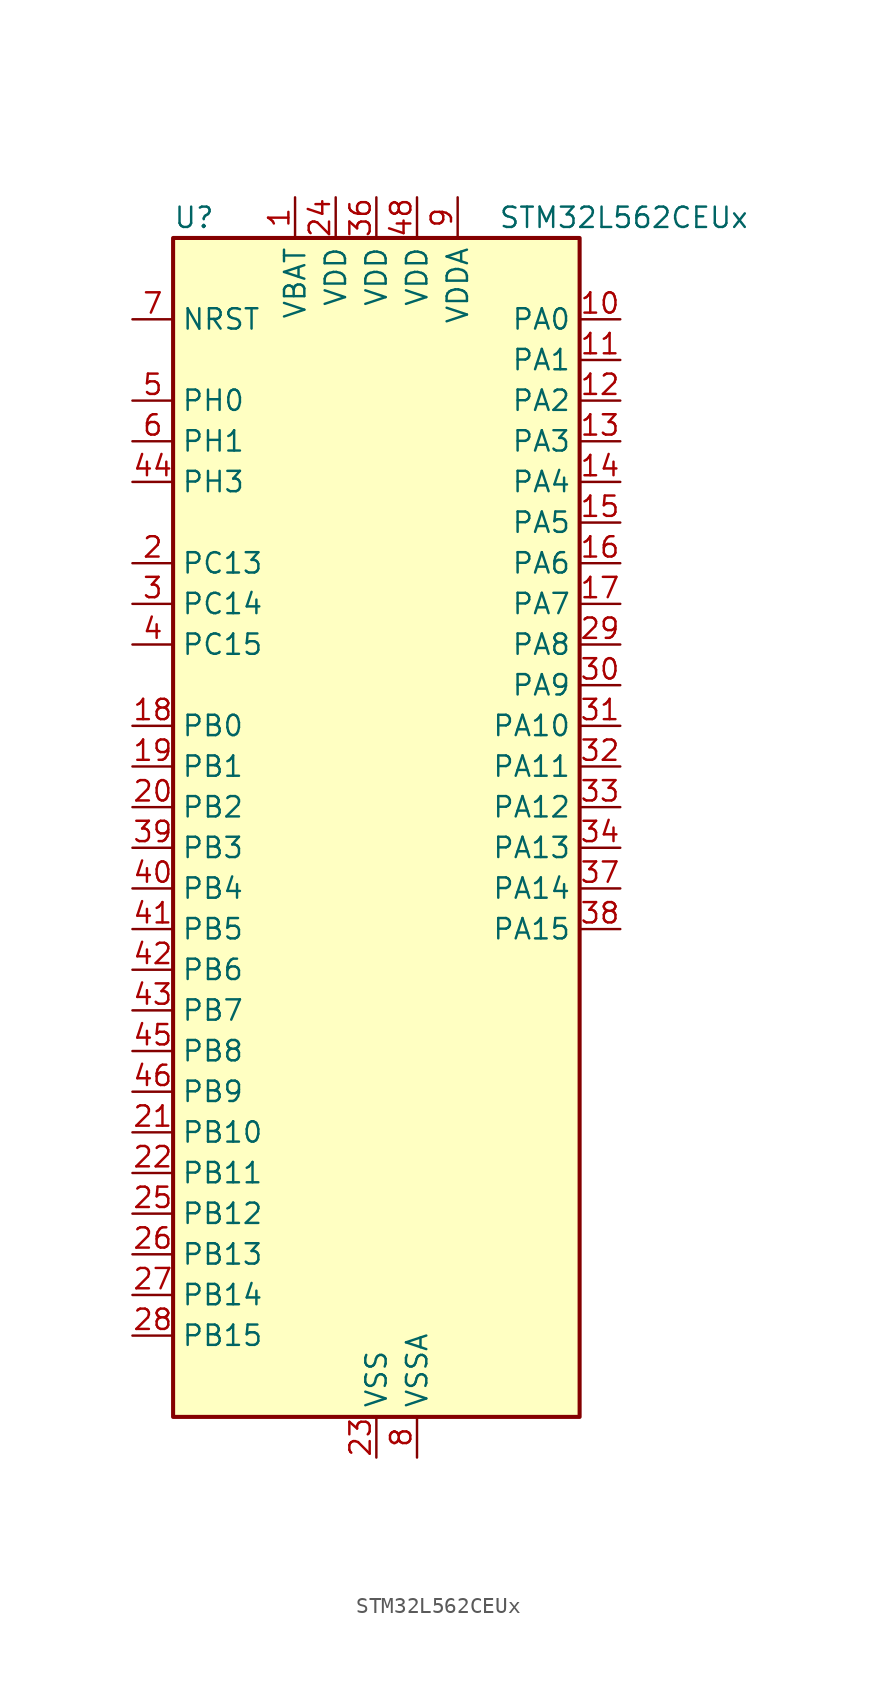
<source format=kicad_sym>
(kicad_symbol_lib
  (version 20241209)
  (generator "kicad_symbol_editor")
  (generator_version "9.0")
  (symbol "STM32L562CEUx"
    (property "Reference" "U"
      (at -12.7 39.37 0)
      (effects (font (size 1.27 1.27)) (justify left)))
    (property "Value" "STM32L562CEUx"
      (at 7.62 39.37 0)
      (effects (font (size 1.27 1.27)) (justify left)))
    (symbol "STM32L562CEUx_0_1"
      (rectangle (start -12.7 -35.56) (end 12.7 38.1) (stroke (width 0.254) (type default)) (fill (type background))))
    (symbol "STM32L562CEUx_1_1"
      (pin input line (at -15.24 33.02 0) (length 2.54) (name "NRST" (effects (font (size 1.27 1.27)))) (number "7" (effects (font (size 1.27 1.27)))))
      (pin bidirectional line (at -15.24 27.94 0) (length 2.54) (name "PH0" (effects (font (size 1.27 1.27)))) (number "5" (effects (font (size 1.27 1.27)))) (alternate "RCC_OSC_IN" bidirectional line))
      (pin bidirectional line (at -15.24 25.4 0) (length 2.54) (name "PH1" (effects (font (size 1.27 1.27)))) (number "6" (effects (font (size 1.27 1.27)))) (alternate "RCC_OSC_OUT" bidirectional line))
      (pin bidirectional line (at -15.24 22.86 0) (length 2.54) (name "PH3" (effects (font (size 1.27 1.27)))) (number "44" (effects (font (size 1.27 1.27)))))
      (pin bidirectional line (at -15.24 17.78 0) (length 2.54) (name "PC13" (effects (font (size 1.27 1.27)))) (number "2" (effects (font (size 1.27 1.27)))) (alternate "PWR_WKUP2" bidirectional line) (alternate "RTC_OUT1" bidirectional line) (alternate "RTC_TS" bidirectional line) (alternate "TAMP_IN1" bidirectional line) (alternate "TAMP_OUT2" bidirectional line))
      (pin bidirectional line (at -15.24 15.24 0) (length 2.54) (name "PC14" (effects (font (size 1.27 1.27)))) (number "3" (effects (font (size 1.27 1.27)))) (alternate "RCC_OSC32_IN" bidirectional line))
      (pin bidirectional line (at -15.24 12.7 0) (length 2.54) (name "PC15" (effects (font (size 1.27 1.27)))) (number "4" (effects (font (size 1.27 1.27)))) (alternate "ADC1_EXTI15" bidirectional line) (alternate "ADC2_EXTI15" bidirectional line) (alternate "RCC_OSC32_OUT" bidirectional line))
      (pin bidirectional line (at -15.24 7.62 0) (length 2.54) (name "PB0" (effects (font (size 1.27 1.27)))) (number "18" (effects (font (size 1.27 1.27)))) (alternate "ADC1_IN15" bidirectional line) (alternate "ADC2_IN15" bidirectional line) (alternate "COMP1_OUT" bidirectional line) (alternate "OCTOSPI1_IO1" bidirectional line) (alternate "OPAMP2_VOUT" bidirectional line) (alternate "SAI1_EXTCLK" bidirectional line) (alternate "SPI1_NSS" bidirectional line) (alternate "TIM1_CH2N" bidirectional line) (alternate "TIM3_CH3" bidirectional line) (alternate "TIM8_CH2N" bidirectional line) (alternate "USART3_CK" bidirectional line))
      (pin bidirectional line (at -15.24 5.08 0) (length 2.54) (name "PB1" (effects (font (size 1.27 1.27)))) (number "19" (effects (font (size 1.27 1.27)))) (alternate "ADC1_IN16" bidirectional line) (alternate "ADC2_IN16" bidirectional line) (alternate "COMP1_INM" bidirectional line) (alternate "DFSDM1_DATIN0" bidirectional line) (alternate "LPTIM2_IN1" bidirectional line) (alternate "LPUART1_DE" bidirectional line) (alternate "LPUART1_RTS" bidirectional line) (alternate "OCTOSPI1_IO0" bidirectional line) (alternate "TIM1_CH3N" bidirectional line) (alternate "TIM3_CH4" bidirectional line) (alternate "TIM8_CH3N" bidirectional line) (alternate "USART3_DE" bidirectional line) (alternate "USART3_RTS" bidirectional line))
      (pin bidirectional line (at -15.24 2.54 0) (length 2.54) (name "PB2" (effects (font (size 1.27 1.27)))) (number "20" (effects (font (size 1.27 1.27)))) (alternate "COMP1_INP" bidirectional line) (alternate "DFSDM1_CKIN0" bidirectional line) (alternate "I2C3_SMBA" bidirectional line) (alternate "LPTIM1_OUT" bidirectional line) (alternate "OCTOSPI1_DQS" bidirectional line) (alternate "RTC_OUT2" bidirectional line) (alternate "UCPD1_FRSTX1" bidirectional line))
      (pin bidirectional line (at -15.24 0 0) (length 2.54) (name "PB3" (effects (font (size 1.27 1.27)))) (number "39" (effects (font (size 1.27 1.27)))) (alternate "COMP2_INM" bidirectional line) (alternate "CRS_SYNC" bidirectional line) (alternate "DEBUG_JTDO-SWO" bidirectional line) (alternate "SAI1_SCK_B" bidirectional line) (alternate "SPI1_SCK" bidirectional line) (alternate "SPI3_SCK" bidirectional line) (alternate "TIM2_CH2" bidirectional line) (alternate "USART1_DE" bidirectional line) (alternate "USART1_RTS" bidirectional line))
      (pin bidirectional line (at -15.24 -2.54 0) (length 2.54) (name "PB4" (effects (font (size 1.27 1.27)))) (number "40" (effects (font (size 1.27 1.27)))) (alternate "COMP2_INP" bidirectional line) (alternate "DEBUG_JTRST" bidirectional line) (alternate "I2C3_SDA" bidirectional line) (alternate "SAI1_MCLK_B" bidirectional line) (alternate "SPI1_MISO" bidirectional line) (alternate "SPI3_MISO" bidirectional line) (alternate "TIM17_BKIN" bidirectional line) (alternate "TIM3_CH1" bidirectional line) (alternate "TSC_G2_IO1" bidirectional line) (alternate "USART1_CTS" bidirectional line) (alternate "USART1_NSS" bidirectional line))
      (pin bidirectional line (at -15.24 -5.08 0) (length 2.54) (name "PB5" (effects (font (size 1.27 1.27)))) (number "41" (effects (font (size 1.27 1.27)))) (alternate "COMP2_OUT" bidirectional line) (alternate "I2C1_SMBA" bidirectional line) (alternate "LPTIM1_IN1" bidirectional line) (alternate "OCTOSPI1_NCLK" bidirectional line) (alternate "SAI1_SD_B" bidirectional line) (alternate "SPI1_MOSI" bidirectional line) (alternate "SPI3_MOSI" bidirectional line) (alternate "TIM16_BKIN" bidirectional line) (alternate "TIM3_CH2" bidirectional line) (alternate "TSC_G2_IO2" bidirectional line) (alternate "UCPD1_DBCC1" bidirectional line) (alternate "USART1_CK" bidirectional line))
      (pin bidirectional line (at -15.24 -7.62 0) (length 2.54) (name "PB6" (effects (font (size 1.27 1.27)))) (number "42" (effects (font (size 1.27 1.27)))) (alternate "COMP2_INP" bidirectional line) (alternate "I2C1_SCL" bidirectional line) (alternate "I2C4_SCL" bidirectional line) (alternate "LPTIM1_ETR" bidirectional line) (alternate "SAI1_FS_B" bidirectional line) (alternate "TIM16_CH1N" bidirectional line) (alternate "TIM4_CH1" bidirectional line) (alternate "TIM8_BKIN2" bidirectional line) (alternate "TSC_G2_IO3" bidirectional line) (alternate "USART1_TX" bidirectional line))
      (pin bidirectional line (at -15.24 -10.16 0) (length 2.54) (name "PB7" (effects (font (size 1.27 1.27)))) (number "43" (effects (font (size 1.27 1.27)))) (alternate "COMP2_INM" bidirectional line) (alternate "I2C1_SDA" bidirectional line) (alternate "I2C4_SDA" bidirectional line) (alternate "LPTIM1_IN2" bidirectional line) (alternate "PWR_PVD_IN" bidirectional line) (alternate "TIM17_CH1N" bidirectional line) (alternate "TIM4_CH2" bidirectional line) (alternate "TIM8_BKIN" bidirectional line) (alternate "TSC_G2_IO4" bidirectional line) (alternate "UART4_CTS" bidirectional line) (alternate "USART1_RX" bidirectional line))
      (pin bidirectional line (at -15.24 -12.7 0) (length 2.54) (name "PB8" (effects (font (size 1.27 1.27)))) (number "45" (effects (font (size 1.27 1.27)))) (alternate "DFSDM1_CKOUT" bidirectional line) (alternate "FDCAN1_RX" bidirectional line) (alternate "I2C1_SCL" bidirectional line) (alternate "SAI1_CK1" bidirectional line) (alternate "SAI1_MCLK_A" bidirectional line) (alternate "TIM16_CH1" bidirectional line) (alternate "TIM4_CH3" bidirectional line))
      (pin bidirectional line (at -15.24 -15.24 0) (length 2.54) (name "PB9" (effects (font (size 1.27 1.27)))) (number "46" (effects (font (size 1.27 1.27)))) (alternate "DAC1_EXTI9" bidirectional line) (alternate "FDCAN1_TX" bidirectional line) (alternate "I2C1_SDA" bidirectional line) (alternate "IR_OUT" bidirectional line) (alternate "SAI1_D2" bidirectional line) (alternate "SAI1_FS_A" bidirectional line) (alternate "SPI2_NSS" bidirectional line) (alternate "TIM17_CH1" bidirectional line) (alternate "TIM4_CH4" bidirectional line))
      (pin bidirectional line (at -15.24 -17.78 0) (length 2.54) (name "PB10" (effects (font (size 1.27 1.27)))) (number "21" (effects (font (size 1.27 1.27)))) (alternate "COMP1_OUT" bidirectional line) (alternate "I2C2_SCL" bidirectional line) (alternate "I2C4_SCL" bidirectional line) (alternate "LPTIM3_OUT" bidirectional line) (alternate "LPUART1_RX" bidirectional line) (alternate "OCTOSPI1_CLK" bidirectional line) (alternate "SAI1_SCK_A" bidirectional line) (alternate "SPI2_SCK" bidirectional line) (alternate "TIM2_CH3" bidirectional line) (alternate "TSC_SYNC" bidirectional line) (alternate "USART3_TX" bidirectional line))
      (pin bidirectional line (at -15.24 -20.32 0) (length 2.54) (name "PB11" (effects (font (size 1.27 1.27)))) (number "22" (effects (font (size 1.27 1.27)))) (alternate "ADC1_EXTI11" bidirectional line) (alternate "ADC2_EXTI11" bidirectional line) (alternate "COMP2_OUT" bidirectional line) (alternate "I2C2_SDA" bidirectional line) (alternate "I2C4_SDA" bidirectional line) (alternate "LPUART1_TX" bidirectional line) (alternate "OCTOSPI1_NCS" bidirectional line) (alternate "TIM2_CH4" bidirectional line) (alternate "USART3_RX" bidirectional line))
      (pin bidirectional line (at -15.24 -22.86 0) (length 2.54) (name "PB12" (effects (font (size 1.27 1.27)))) (number "25" (effects (font (size 1.27 1.27)))) (alternate "DFSDM1_DATIN1" bidirectional line) (alternate "I2C2_SMBA" bidirectional line) (alternate "LPUART1_DE" bidirectional line) (alternate "LPUART1_RTS" bidirectional line) (alternate "OCTOSPI1_NCLK" bidirectional line) (alternate "SAI2_FS_A" bidirectional line) (alternate "SPI2_NSS" bidirectional line) (alternate "TIM15_BKIN" bidirectional line) (alternate "TIM1_BKIN" bidirectional line) (alternate "TSC_G1_IO1" bidirectional line) (alternate "USART3_CK" bidirectional line))
      (pin bidirectional line (at -15.24 -25.4 0) (length 2.54) (name "PB13" (effects (font (size 1.27 1.27)))) (number "26" (effects (font (size 1.27 1.27)))) (alternate "DFSDM1_CKIN1" bidirectional line) (alternate "I2C2_SCL" bidirectional line) (alternate "LPTIM3_IN1" bidirectional line) (alternate "LPUART1_CTS" bidirectional line) (alternate "SAI2_SCK_A" bidirectional line) (alternate "SPI2_SCK" bidirectional line) (alternate "TIM15_CH1N" bidirectional line) (alternate "TIM1_CH1N" bidirectional line) (alternate "TSC_G1_IO2" bidirectional line) (alternate "UCPD1_FRSTX2" bidirectional line) (alternate "USART3_CTS" bidirectional line) (alternate "USART3_NSS" bidirectional line))
      (pin bidirectional line (at -15.24 -27.94 0) (length 2.54) (name "PB14" (effects (font (size 1.27 1.27)))) (number "27" (effects (font (size 1.27 1.27)))) (alternate "DFSDM1_DATIN2" bidirectional line) (alternate "I2C2_SDA" bidirectional line) (alternate "LPTIM3_ETR" bidirectional line) (alternate "SAI2_MCLK_A" bidirectional line) (alternate "SPI2_MISO" bidirectional line) (alternate "TIM15_CH1" bidirectional line) (alternate "TIM1_CH2N" bidirectional line) (alternate "TIM8_CH2N" bidirectional line) (alternate "TSC_G1_IO3" bidirectional line) (alternate "UCPD1_DBCC2" bidirectional line) (alternate "USART3_DE" bidirectional line) (alternate "USART3_RTS" bidirectional line))
      (pin bidirectional line (at -15.24 -30.48 0) (length 2.54) (name "PB15" (effects (font (size 1.27 1.27)))) (number "28" (effects (font (size 1.27 1.27)))) (alternate "ADC1_EXTI15" bidirectional line) (alternate "ADC2_EXTI15" bidirectional line) (alternate "DFSDM1_CKIN2" bidirectional line) (alternate "RTC_REFIN" bidirectional line) (alternate "SAI2_SD_A" bidirectional line) (alternate "SPI2_MOSI" bidirectional line) (alternate "TIM15_CH2" bidirectional line) (alternate "TIM1_CH3N" bidirectional line) (alternate "TIM8_CH3N" bidirectional line) (alternate "UCPD1_CC2" bidirectional line))
      (pin power_in line (at -5.08 40.64 270) (length 2.54) (name "VBAT" (effects (font (size 1.27 1.27)))) (number "1" (effects (font (size 1.27 1.27)))))
      (pin power_in line (at -2.54 40.64 270) (length 2.54) (name "VDD" (effects (font (size 1.27 1.27)))) (number "24" (effects (font (size 1.27 1.27)))))
      (pin power_in line (at 0 40.64 270) (length 2.54) (name "VDD" (effects (font (size 1.27 1.27)))) (number "36" (effects (font (size 1.27 1.27)))))
      (pin power_in line (at 0 -38.1 90) (length 2.54) (name "VSS" (effects (font (size 1.27 1.27)))) (number "23" (effects (font (size 1.27 1.27)))))
      (pin passive line (at 0 -38.1 90) (length 2.54) (hide yes) (name "VSS" (effects (font (size 1.27 1.27)))) (number "35" (effects (font (size 1.27 1.27)))))
      (pin passive line (at 0 -38.1 90) (length 2.54) (hide yes) (name "VSS" (effects (font (size 1.27 1.27)))) (number "47" (effects (font (size 1.27 1.27)))))
      (pin passive line (at 0 -38.1 90) (length 2.54) (hide yes) (name "VSS" (effects (font (size 1.27 1.27)))) (number "49" (effects (font (size 1.27 1.27)))))
      (pin power_in line (at 2.54 40.64 270) (length 2.54) (name "VDD" (effects (font (size 1.27 1.27)))) (number "48" (effects (font (size 1.27 1.27)))))
      (pin power_in line (at 2.54 -38.1 90) (length 2.54) (name "VSSA" (effects (font (size 1.27 1.27)))) (number "8" (effects (font (size 1.27 1.27)))))
      (pin power_in line (at 5.08 40.64 270) (length 2.54) (name "VDDA" (effects (font (size 1.27 1.27)))) (number "9" (effects (font (size 1.27 1.27)))))
      (pin bidirectional line (at 15.24 33.02 180) (length 2.54) (name "PA0" (effects (font (size 1.27 1.27)))) (number "10" (effects (font (size 1.27 1.27)))) (alternate "ADC1_IN5" bidirectional line) (alternate "ADC2_IN5" bidirectional line) (alternate "OPAMP1_VINP" bidirectional line) (alternate "PWR_WKUP1" bidirectional line) (alternate "SAI1_EXTCLK" bidirectional line) (alternate "TAMP_IN2" bidirectional line) (alternate "TAMP_OUT1" bidirectional line) (alternate "TIM2_CH1" bidirectional line) (alternate "TIM2_ETR" bidirectional line) (alternate "TIM5_CH1" bidirectional line) (alternate "TIM8_ETR" bidirectional line) (alternate "UART4_TX" bidirectional line) (alternate "USART2_CTS" bidirectional line) (alternate "USART2_NSS" bidirectional line))
      (pin bidirectional line (at 15.24 30.48 180) (length 2.54) (name "PA1" (effects (font (size 1.27 1.27)))) (number "11" (effects (font (size 1.27 1.27)))) (alternate "ADC1_IN6" bidirectional line) (alternate "ADC2_IN6" bidirectional line) (alternate "I2C1_SMBA" bidirectional line) (alternate "OCTOSPI1_DQS" bidirectional line) (alternate "OPAMP1_VINM" bidirectional line) (alternate "SPI1_SCK" bidirectional line) (alternate "TAMP_IN5" bidirectional line) (alternate "TAMP_OUT4" bidirectional line) (alternate "TIM15_CH1N" bidirectional line) (alternate "TIM2_CH2" bidirectional line) (alternate "TIM5_CH2" bidirectional line) (alternate "UART4_RX" bidirectional line) (alternate "USART2_DE" bidirectional line) (alternate "USART2_RTS" bidirectional line))
      (pin bidirectional line (at 15.24 27.94 180) (length 2.54) (name "PA2" (effects (font (size 1.27 1.27)))) (number "12" (effects (font (size 1.27 1.27)))) (alternate "ADC1_IN7" bidirectional line) (alternate "ADC2_IN7" bidirectional line) (alternate "COMP1_INP" bidirectional line) (alternate "LPUART1_TX" bidirectional line) (alternate "OCTOSPI1_NCS" bidirectional line) (alternate "PWR_WKUP4" bidirectional line) (alternate "RCC_LSCO" bidirectional line) (alternate "SAI2_EXTCLK" bidirectional line) (alternate "TIM15_CH1" bidirectional line) (alternate "TIM2_CH3" bidirectional line) (alternate "TIM5_CH3" bidirectional line) (alternate "UCPD1_FRSTX1" bidirectional line) (alternate "USART2_TX" bidirectional line))
      (pin bidirectional line (at 15.24 25.4 180) (length 2.54) (name "PA3" (effects (font (size 1.27 1.27)))) (number "13" (effects (font (size 1.27 1.27)))) (alternate "ADC1_IN8" bidirectional line) (alternate "ADC2_IN8" bidirectional line) (alternate "LPUART1_RX" bidirectional line) (alternate "OCTOSPI1_CLK" bidirectional line) (alternate "OPAMP1_VOUT" bidirectional line) (alternate "SAI1_CK1" bidirectional line) (alternate "SAI1_MCLK_A" bidirectional line) (alternate "TIM15_CH2" bidirectional line) (alternate "TIM2_CH4" bidirectional line) (alternate "TIM5_CH4" bidirectional line) (alternate "USART2_RX" bidirectional line))
      (pin bidirectional line (at 15.24 22.86 180) (length 2.54) (name "PA4" (effects (font (size 1.27 1.27)))) (number "14" (effects (font (size 1.27 1.27)))) (alternate "ADC1_IN9" bidirectional line) (alternate "ADC2_IN9" bidirectional line) (alternate "DAC1_OUT1" bidirectional line) (alternate "LPTIM2_OUT" bidirectional line) (alternate "OCTOSPI1_NCS" bidirectional line) (alternate "SAI1_FS_B" bidirectional line) (alternate "SPI1_NSS" bidirectional line) (alternate "SPI3_NSS" bidirectional line) (alternate "USART2_CK" bidirectional line))
      (pin bidirectional line (at 15.24 20.32 180) (length 2.54) (name "PA5" (effects (font (size 1.27 1.27)))) (number "15" (effects (font (size 1.27 1.27)))) (alternate "ADC1_IN10" bidirectional line) (alternate "ADC2_IN10" bidirectional line) (alternate "DAC1_OUT2" bidirectional line) (alternate "LPTIM2_ETR" bidirectional line) (alternate "SPI1_SCK" bidirectional line) (alternate "TIM2_CH1" bidirectional line) (alternate "TIM2_ETR" bidirectional line) (alternate "TIM8_CH1N" bidirectional line))
      (pin bidirectional line (at 15.24 17.78 180) (length 2.54) (name "PA6" (effects (font (size 1.27 1.27)))) (number "16" (effects (font (size 1.27 1.27)))) (alternate "ADC1_IN11" bidirectional line) (alternate "ADC2_IN11" bidirectional line) (alternate "LPUART1_CTS" bidirectional line) (alternate "OCTOSPI1_IO3" bidirectional line) (alternate "OPAMP2_VINP" bidirectional line) (alternate "SPI1_MISO" bidirectional line) (alternate "TIM16_CH1" bidirectional line) (alternate "TIM1_BKIN" bidirectional line) (alternate "TIM3_CH1" bidirectional line) (alternate "TIM8_BKIN" bidirectional line) (alternate "USART3_CTS" bidirectional line) (alternate "USART3_NSS" bidirectional line))
      (pin bidirectional line (at 15.24 15.24 180) (length 2.54) (name "PA7" (effects (font (size 1.27 1.27)))) (number "17" (effects (font (size 1.27 1.27)))) (alternate "ADC1_IN12" bidirectional line) (alternate "ADC2_IN12" bidirectional line) (alternate "I2C3_SCL" bidirectional line) (alternate "OCTOSPI1_IO2" bidirectional line) (alternate "OPAMP2_VINM" bidirectional line) (alternate "SPI1_MOSI" bidirectional line) (alternate "TIM17_CH1" bidirectional line) (alternate "TIM1_CH1N" bidirectional line) (alternate "TIM3_CH2" bidirectional line) (alternate "TIM8_CH1N" bidirectional line))
      (pin bidirectional line (at 15.24 12.7 180) (length 2.54) (name "PA8" (effects (font (size 1.27 1.27)))) (number "29" (effects (font (size 1.27 1.27)))) (alternate "LPTIM2_OUT" bidirectional line) (alternate "RCC_MCO" bidirectional line) (alternate "SAI1_CK2" bidirectional line) (alternate "SAI1_SCK_A" bidirectional line) (alternate "TIM1_CH1" bidirectional line) (alternate "USART1_CK" bidirectional line))
      (pin bidirectional line (at 15.24 10.16 180) (length 2.54) (name "PA9" (effects (font (size 1.27 1.27)))) (number "30" (effects (font (size 1.27 1.27)))) (alternate "DAC1_EXTI9" bidirectional line) (alternate "SAI1_FS_A" bidirectional line) (alternate "SPI2_SCK" bidirectional line) (alternate "TIM15_BKIN" bidirectional line) (alternate "TIM1_CH2" bidirectional line) (alternate "USART1_TX" bidirectional line))
      (pin bidirectional line (at 15.24 7.62 180) (length 2.54) (name "PA10" (effects (font (size 1.27 1.27)))) (number "31" (effects (font (size 1.27 1.27)))) (alternate "CRS_SYNC" bidirectional line) (alternate "SAI1_D1" bidirectional line) (alternate "SAI1_SD_A" bidirectional line) (alternate "TIM17_BKIN" bidirectional line) (alternate "TIM1_CH3" bidirectional line) (alternate "USART1_RX" bidirectional line))
      (pin bidirectional line (at 15.24 5.08 180) (length 2.54) (name "PA11" (effects (font (size 1.27 1.27)))) (number "32" (effects (font (size 1.27 1.27)))) (alternate "ADC1_EXTI11" bidirectional line) (alternate "ADC2_EXTI11" bidirectional line) (alternate "FDCAN1_RX" bidirectional line) (alternate "SPI1_MISO" bidirectional line) (alternate "TIM1_BKIN2" bidirectional line) (alternate "TIM1_CH4" bidirectional line) (alternate "USART1_CTS" bidirectional line) (alternate "USART1_NSS" bidirectional line) (alternate "USB_DM" bidirectional line))
      (pin bidirectional line (at 15.24 2.54 180) (length 2.54) (name "PA12" (effects (font (size 1.27 1.27)))) (number "33" (effects (font (size 1.27 1.27)))) (alternate "FDCAN1_TX" bidirectional line) (alternate "SPI1_MOSI" bidirectional line) (alternate "TIM1_ETR" bidirectional line) (alternate "USART1_DE" bidirectional line) (alternate "USART1_RTS" bidirectional line) (alternate "USB_DP" bidirectional line))
      (pin bidirectional line (at 15.24 0 180) (length 2.54) (name "PA13" (effects (font (size 1.27 1.27)))) (number "34" (effects (font (size 1.27 1.27)))) (alternate "DEBUG_JTMS-SWDIO" bidirectional line) (alternate "IR_OUT" bidirectional line) (alternate "SAI1_SD_B" bidirectional line) (alternate "USB_NOE" bidirectional line))
      (pin bidirectional line (at 15.24 -2.54 180) (length 2.54) (name "PA14" (effects (font (size 1.27 1.27)))) (number "37" (effects (font (size 1.27 1.27)))) (alternate "DEBUG_JTCK-SWCLK" bidirectional line) (alternate "I2C1_SMBA" bidirectional line) (alternate "I2C4_SMBA" bidirectional line) (alternate "LPTIM1_OUT" bidirectional line) (alternate "SAI1_FS_B" bidirectional line))
      (pin bidirectional line (at 15.24 -5.08 180) (length 2.54) (name "PA15" (effects (font (size 1.27 1.27)))) (number "38" (effects (font (size 1.27 1.27)))) (alternate "ADC1_EXTI15" bidirectional line) (alternate "ADC2_EXTI15" bidirectional line) (alternate "DEBUG_JTDI" bidirectional line) (alternate "SAI2_FS_B" bidirectional line) (alternate "SPI1_NSS" bidirectional line) (alternate "SPI3_NSS" bidirectional line) (alternate "TIM2_CH1" bidirectional line) (alternate "TIM2_ETR" bidirectional line) (alternate "UART4_DE" bidirectional line) (alternate "UART4_RTS" bidirectional line) (alternate "UCPD1_CC1" bidirectional line) (alternate "USART2_RX" bidirectional line) (alternate "USART3_DE" bidirectional line) (alternate "USART3_RTS" bidirectional line)))))
</source>
